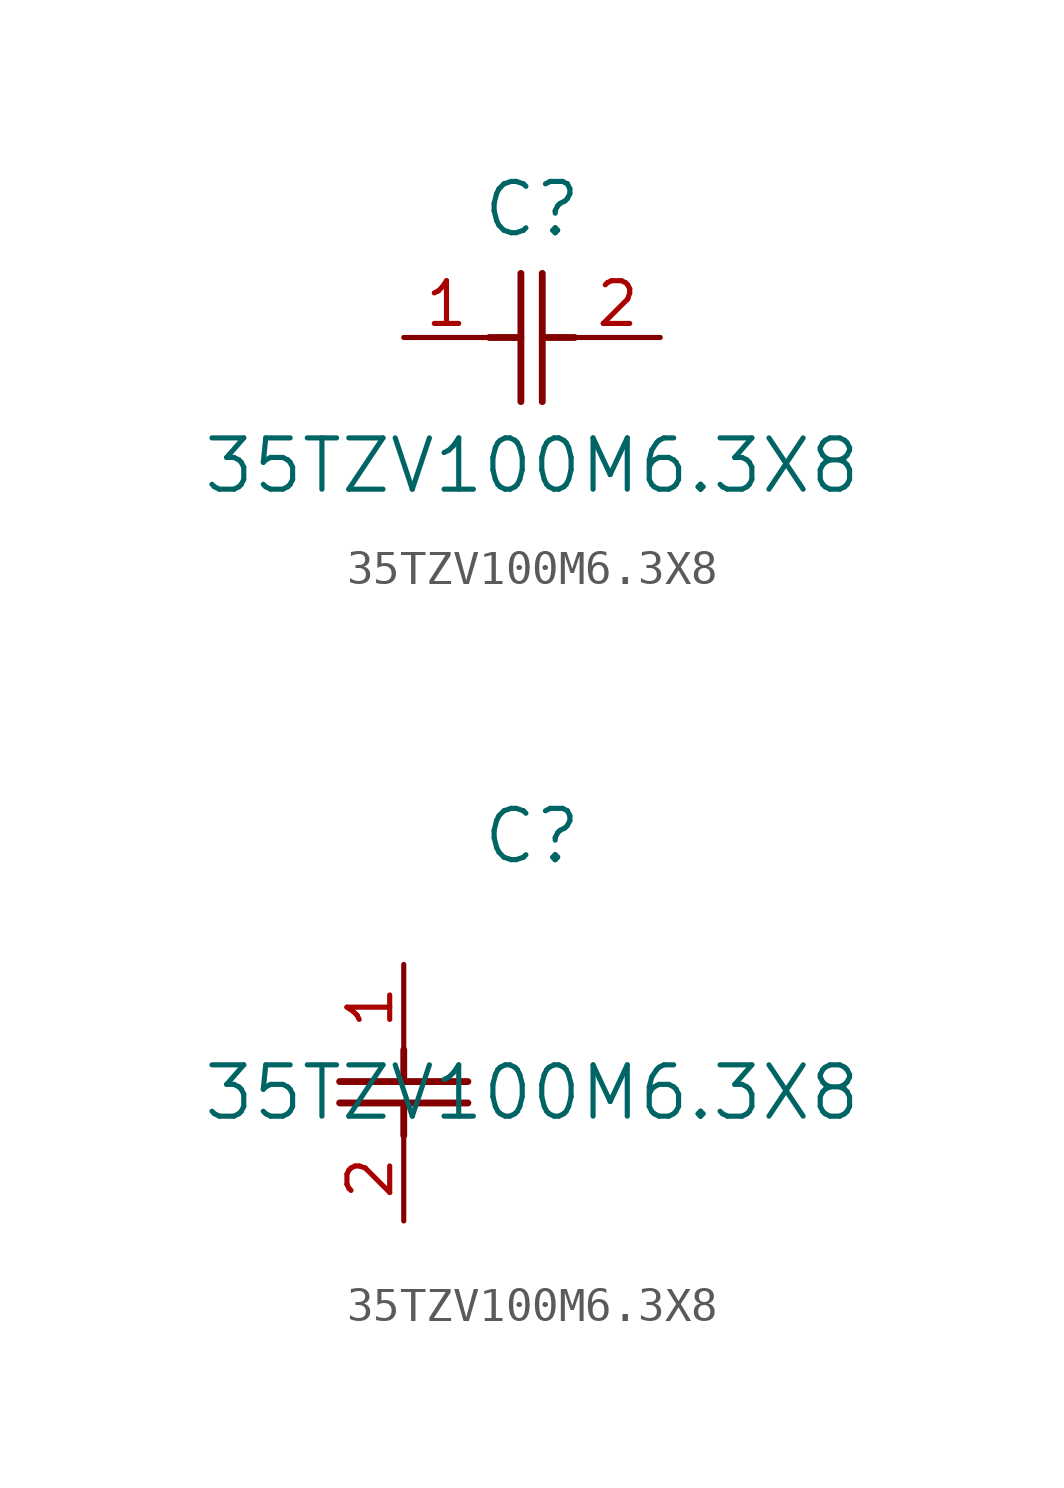
<source format=kicad_sym>
(kicad_symbol_lib
  (version 20211014)
  (generator kicad_symbol_editor)
  (symbol "35TZV100M6.3X8"
    (pin_names
      (offset 0.254))
    (property "Reference" "C"
      (at 3.81 3.81 0)
      (effects (font (size 1.524 1.524))))
    (property "Value" "35TZV100M6.3X8"
      (at 3.81 -3.81 0)
      (effects (font (size 1.524 1.524))))
    (symbol "35TZV100M6.3X8_1_1"
      (polyline (pts (xy 3.48 -1.905) (xy 3.48 1.905)) (stroke (width 0.203) (type default) (color 0 0 0 0)) (fill (type none)))
      (polyline (pts (xy 4.115 -1.905) (xy 4.115 1.905)) (stroke (width 0.203) (type default) (color 0 0 0 0)) (fill (type none)))
      (polyline (pts (xy 4.115 0) (xy 5.08 0)) (stroke (width 0.203) (type default) (color 0 0 0 0)) (fill (type none)))
      (polyline (pts (xy 2.54 0) (xy 3.48 0)) (stroke (width 0.203) (type default) (color 0 0 0 0)) (fill (type none)))
      (pin unspecified line (at 0 0 0) (length 2.54) (name "" (effects (font (size 1.27 1.27)))) (number "1" (effects (font (size 1.27 1.27)))))
      (pin unspecified line (at 7.62 0 180) (length 2.54) (name "" (effects (font (size 1.27 1.27)))) (number "2" (effects (font (size 1.27 1.27))))))
    (symbol "35TZV100M6.3X8_1_2"
      (polyline (pts (xy -1.905 -3.48) (xy 1.905 -3.48)) (stroke (width 0.203) (type default) (color 0 0 0 0)) (fill (type none)))
      (polyline (pts (xy -1.905 -4.115) (xy 1.905 -4.115)) (stroke (width 0.203) (type default) (color 0 0 0 0)) (fill (type none)))
      (polyline (pts (xy 0 -4.115) (xy 0 -5.08)) (stroke (width 0.203) (type default) (color 0 0 0 0)) (fill (type none)))
      (polyline (pts (xy 0 -2.54) (xy 0 -3.48)) (stroke (width 0.203) (type default) (color 0 0 0 0)) (fill (type none)))
      (pin unspecified line (at 0 0 270) (length 2.54) (name "" (effects (font (size 1.27 1.27)))) (number "1" (effects (font (size 1.27 1.27)))))
      (pin unspecified line (at 0 -7.62 90) (length 2.54) (name "" (effects (font (size 1.27 1.27)))) (number "2" (effects (font (size 1.27 1.27))))))))
</source>
